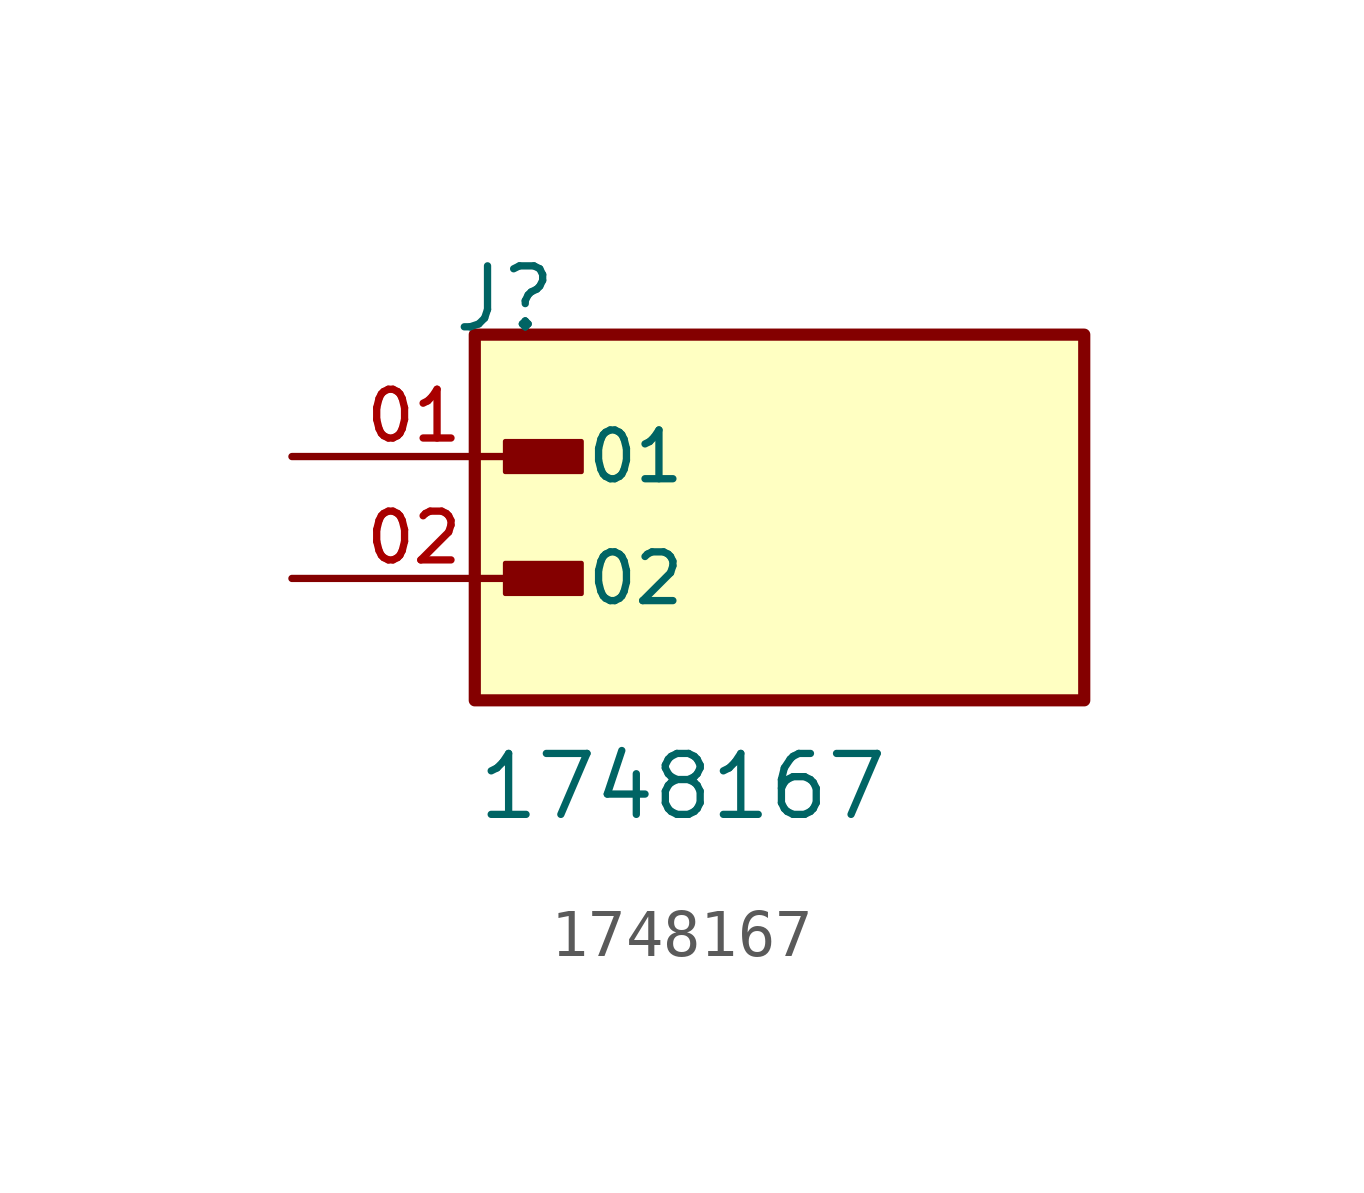
<source format=kicad_sym>
(kicad_symbol_lib
  (version 20211014)
  (generator kicad_symbol_editor)
  (symbol "1748167"
    (pin_names
      (offset 1.016))
    (property "Reference" "J"
      (at -6.85 5.08 0)
      (effects (font (size 1.27 1.27)) (justify bottom left)))
    (property "Value" "1748167"
      (at -6.35 -5.08 0)
      (effects (font (size 1.27 1.27)) (justify bottom left)))
    (symbol "1748167_0_0"
      (rectangle (start -5.715 2.223) (end -4.128 2.857) (stroke (width 0.1)) (fill (type outline)))
      (rectangle (start -5.715 -0.318) (end -4.128 0.318) (stroke (width 0.1)) (fill (type outline)))
      (rectangle (start -6.35 -2.54) (end 6.35 5.08) (stroke (width 0.254)) (fill (type background)))
      (pin passive line (at -10.16 2.54 0) (length 5.08) (name "01" (effects (font (size 1.016 1.016)))) (number "01" (effects (font (size 1.016 1.016)))))
      (pin passive line (at -10.16 0.0 0) (length 5.08) (name "02" (effects (font (size 1.016 1.016)))) (number "02" (effects (font (size 1.016 1.016))))))))
</source>
